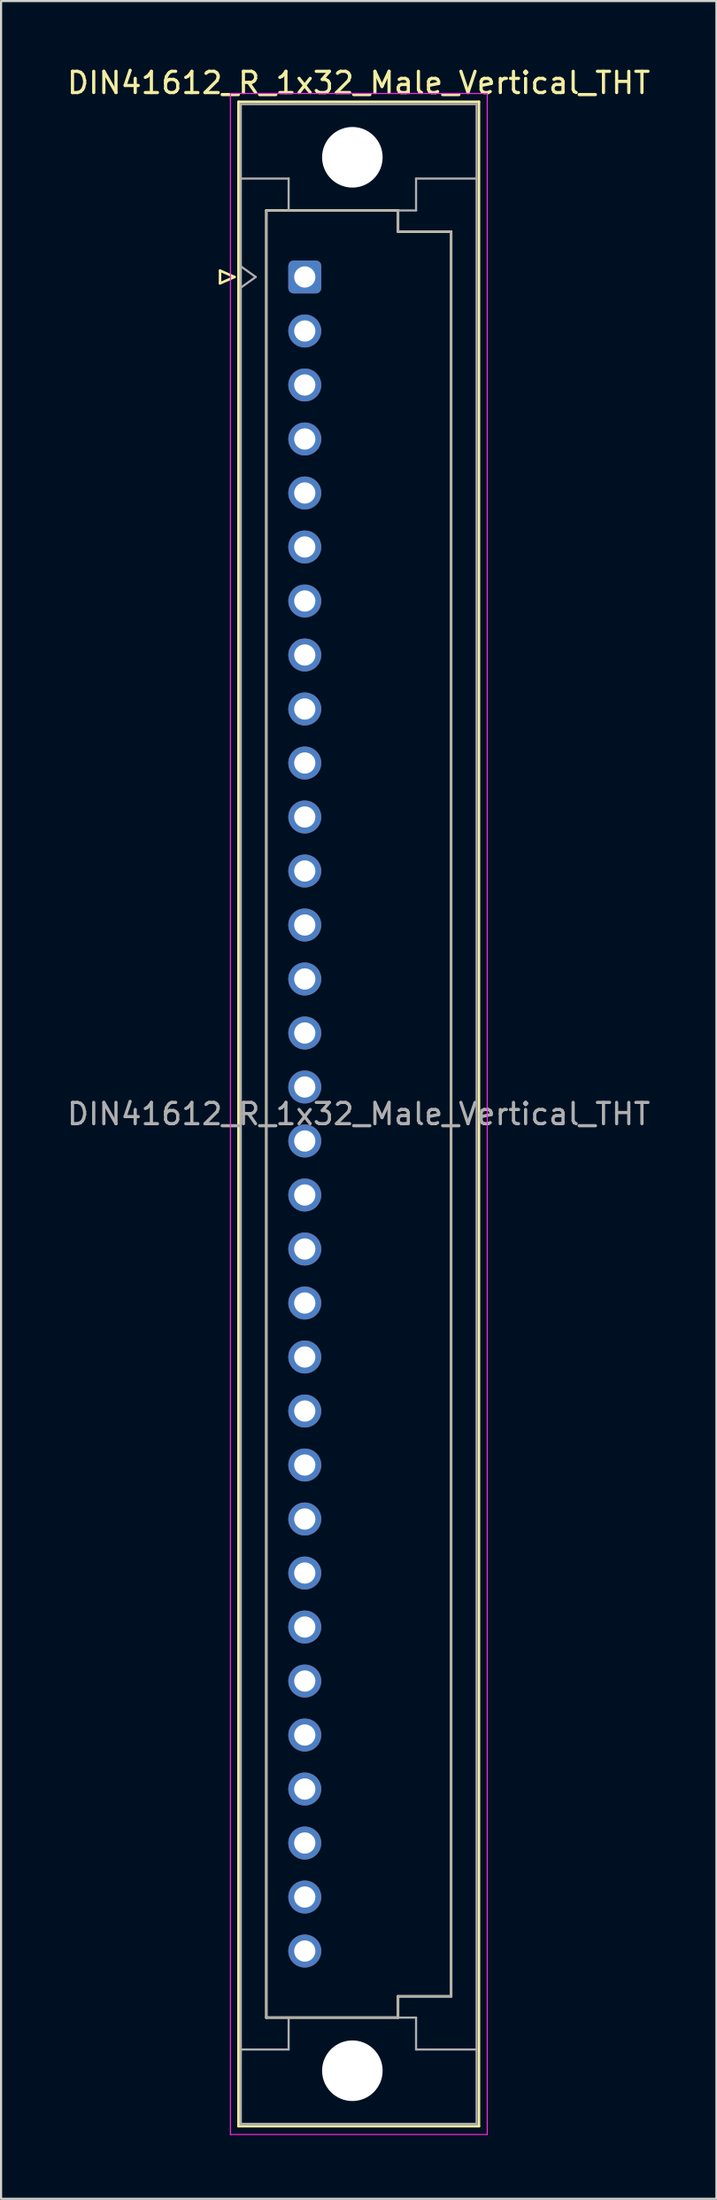
<source format=kicad_pcb>
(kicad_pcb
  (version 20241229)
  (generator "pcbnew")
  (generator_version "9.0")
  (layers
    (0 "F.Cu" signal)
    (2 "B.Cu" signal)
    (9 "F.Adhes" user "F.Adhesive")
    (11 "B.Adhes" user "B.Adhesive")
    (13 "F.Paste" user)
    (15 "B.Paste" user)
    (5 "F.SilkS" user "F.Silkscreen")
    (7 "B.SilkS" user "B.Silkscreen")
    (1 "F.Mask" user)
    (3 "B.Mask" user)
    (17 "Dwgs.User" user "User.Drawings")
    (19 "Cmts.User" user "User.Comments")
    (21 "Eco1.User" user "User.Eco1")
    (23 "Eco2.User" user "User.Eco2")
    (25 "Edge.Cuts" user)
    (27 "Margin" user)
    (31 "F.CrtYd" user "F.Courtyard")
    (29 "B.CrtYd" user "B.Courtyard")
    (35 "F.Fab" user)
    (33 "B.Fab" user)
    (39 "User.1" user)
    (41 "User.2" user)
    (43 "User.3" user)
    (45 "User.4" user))
  (footprint "DIN41612_R_1x32_Male_Vertical_THT"
    (layer "F.Cu")
    (at 11.299 9.978)
    (property "Reference" "DIN41612_R_1x32_Male_Vertical_THT" (at 2.54 -9.13 0) (layer "F.SilkS") (effects (font (size 1 1) (thickness 0.15))))
    (attr through_hole)
    (fp_line (start -3.99 -0.3) (end -3.99 0.3) (stroke (width 0.12) (type solid)) (layer "F.SilkS"))
    (fp_line (start -3.99 0.3) (end -3.31 0) (stroke (width 0.12) (type solid)) (layer "F.SilkS"))
    (fp_line (start -3.31 0) (end -3.99 -0.3) (stroke (width 0.12) (type solid)) (layer "F.SilkS"))
    (fp_line (start -3.12 -8.24) (end 8.2 -8.24) (stroke (width 0.12) (type solid)) (layer "F.SilkS"))
    (fp_line (start -3.12 86.98) (end -3.12 -8.24) (stroke (width 0.12) (type solid)) (layer "F.SilkS"))
    (fp_line (start -1.81 -3.131) (end 4.39 -3.131) (stroke (width 0.12) (type solid)) (layer "F.SilkS"))
    (fp_line (start -1.81 81.87) (end -1.81 -3.131) (stroke (width 0.12) (type solid)) (layer "F.SilkS"))
    (fp_line (start 4.39 -3.131) (end 4.39 -2.131) (stroke (width 0.12) (type solid)) (layer "F.SilkS"))
    (fp_line (start 4.39 -2.131) (end 6.89 -2.131) (stroke (width 0.12) (type solid)) (layer "F.SilkS"))
    (fp_line (start 4.39 80.87) (end 4.39 81.87) (stroke (width 0.12) (type solid)) (layer "F.SilkS"))
    (fp_line (start 4.39 81.87) (end -1.81 81.87) (stroke (width 0.12) (type solid)) (layer "F.SilkS"))
    (fp_line (start 6.89 -2.131) (end 6.89 80.87) (stroke (width 0.12) (type solid)) (layer "F.SilkS"))
    (fp_line (start 6.89 80.87) (end 4.39 80.87) (stroke (width 0.12) (type solid)) (layer "F.SilkS"))
    (fp_line (start 8.2 -8.24) (end 8.2 86.98) (stroke (width 0.12) (type solid)) (layer "F.SilkS"))
    (fp_line (start 8.2 86.98) (end -3.12 86.98) (stroke (width 0.12) (type solid)) (layer "F.SilkS"))
    (fp_line (start -3.5 -8.63) (end 8.59 -8.63) (stroke (width 0.05) (type solid)) (layer "F.CrtYd"))
    (fp_line (start -3.5 87.37) (end -3.5 -8.63) (stroke (width 0.05) (type solid)) (layer "F.CrtYd"))
    (fp_line (start 8.59 -8.63) (end 8.59 87.37) (stroke (width 0.05) (type solid)) (layer "F.CrtYd"))
    (fp_line (start 8.59 87.37) (end -3.5 87.37) (stroke (width 0.05) (type solid)) (layer "F.CrtYd"))
    (fp_line (start -3.01 -8.13) (end 8.09 -8.13) (stroke (width 0.1) (type solid)) (layer "F.Fab"))
    (fp_line (start -3.01 -4.63) (end -0.76 -4.63) (stroke (width 0.1) (type solid)) (layer "F.Fab"))
    (fp_line (start -3.01 -0.5) (end -2.31 0) (stroke (width 0.1) (type solid)) (layer "F.Fab"))
    (fp_line (start -3.01 83.37) (end -0.76 83.37) (stroke (width 0.1) (type solid)) (layer "F.Fab"))
    (fp_line (start -3.01 86.87) (end -3.01 -8.13) (stroke (width 0.1) (type solid)) (layer "F.Fab"))
    (fp_line (start -2.31 0) (end -3.01 0.5) (stroke (width 0.1) (type solid)) (layer "F.Fab"))
    (fp_line (start -1.81 -3.13) (end 4.39 -3.13) (stroke (width 0.1) (type solid)) (layer "F.Fab"))
    (fp_line (start -1.81 81.87) (end -1.81 -3.13) (stroke (width 0.1) (type solid)) (layer "F.Fab"))
    (fp_line (start -0.76 -4.63) (end -0.76 -3.13) (stroke (width 0.1) (type solid)) (layer "F.Fab"))
    (fp_line (start -0.76 83.37) (end -0.76 81.87) (stroke (width 0.1) (type solid)) (layer "F.Fab"))
    (fp_line (start 4.39 -3.13) (end 4.39 -2.13) (stroke (width 0.1) (type solid)) (layer "F.Fab"))
    (fp_line (start 4.39 -3.13) (end 5.24 -3.13) (stroke (width 0.1) (type solid)) (layer "F.Fab"))
    (fp_line (start 4.39 -2.13) (end 6.89 -2.13) (stroke (width 0.1) (type solid)) (layer "F.Fab"))
    (fp_line (start 4.39 80.87) (end 4.39 81.87) (stroke (width 0.1) (type solid)) (layer "F.Fab"))
    (fp_line (start 4.39 81.87) (end -1.81 81.87) (stroke (width 0.1) (type solid)) (layer "F.Fab"))
    (fp_line (start 4.39 81.87) (end 5.24 81.87) (stroke (width 0.1) (type solid)) (layer "F.Fab"))
    (fp_line (start 5.24 -4.63) (end 8.09 -4.63) (stroke (width 0.1) (type solid)) (layer "F.Fab"))
    (fp_line (start 5.24 -3.13) (end 5.24 -4.63) (stroke (width 0.1) (type solid)) (layer "F.Fab"))
    (fp_line (start 5.24 81.87) (end 5.24 83.37) (stroke (width 0.1) (type solid)) (layer "F.Fab"))
    (fp_line (start 5.24 83.37) (end 8.09 83.37) (stroke (width 0.1) (type solid)) (layer "F.Fab"))
    (fp_line (start 6.89 -2.13) (end 6.89 80.87) (stroke (width 0.1) (type solid)) (layer "F.Fab"))
    (fp_line (start 6.89 80.87) (end 4.39 80.87) (stroke (width 0.1) (type solid)) (layer "F.Fab"))
    (fp_line (start 8.09 -8.13) (end 8.09 86.87) (stroke (width 0.1) (type solid)) (layer "F.Fab"))
    (fp_line (start 8.09 86.87) (end -3.01 86.87) (stroke (width 0.1) (type solid)) (layer "F.Fab"))
    (fp_text user "${REFERENCE}" (at 2.54 39.37 0) (layer "F.Fab") (effects (font (size 1 1) (thickness 0.15))))
    (pad "" np_thru_hole circle (at 2.24 -5.63) (size 2.85 2.85) (drill 2.85) (layers "*.Cu" "*.Mask"))
    (pad "" np_thru_hole circle (at 2.24 84.37) (size 2.85 2.85) (drill 2.85) (layers "*.Cu" "*.Mask"))
    (pad "a1" thru_hole roundrect (at 0 0) (size 1.55 1.55) (drill 1) (layers "*.Cu" "*.Mask") (roundrect_rratio 0.161))
    (pad "a2" thru_hole circle (at 0 2.54) (size 1.55 1.55) (drill 1) (layers "*.Cu" "*.Mask"))
    (pad "a3" thru_hole circle (at 0 5.08) (size 1.55 1.55) (drill 1) (layers "*.Cu" "*.Mask"))
    (pad "a4" thru_hole circle (at 0 7.62) (size 1.55 1.55) (drill 1) (layers "*.Cu" "*.Mask"))
    (pad "a5" thru_hole circle (at 0 10.16) (size 1.55 1.55) (drill 1) (layers "*.Cu" "*.Mask"))
    (pad "a6" thru_hole circle (at 0 12.7) (size 1.55 1.55) (drill 1) (layers "*.Cu" "*.Mask"))
    (pad "a7" thru_hole circle (at 0 15.24) (size 1.55 1.55) (drill 1) (layers "*.Cu" "*.Mask"))
    (pad "a8" thru_hole circle (at 0 17.78) (size 1.55 1.55) (drill 1) (layers "*.Cu" "*.Mask"))
    (pad "a9" thru_hole circle (at 0 20.32) (size 1.55 1.55) (drill 1) (layers "*.Cu" "*.Mask"))
    (pad "a10" thru_hole circle (at 0 22.86) (size 1.55 1.55) (drill 1) (layers "*.Cu" "*.Mask"))
    (pad "a11" thru_hole circle (at 0 25.4) (size 1.55 1.55) (drill 1) (layers "*.Cu" "*.Mask"))
    (pad "a12" thru_hole circle (at 0 27.94) (size 1.55 1.55) (drill 1) (layers "*.Cu" "*.Mask"))
    (pad "a13" thru_hole circle (at 0 30.48) (size 1.55 1.55) (drill 1) (layers "*.Cu" "*.Mask"))
    (pad "a14" thru_hole circle (at 0 33.02) (size 1.55 1.55) (drill 1) (layers "*.Cu" "*.Mask"))
    (pad "a15" thru_hole circle (at 0 35.56) (size 1.55 1.55) (drill 1) (layers "*.Cu" "*.Mask"))
    (pad "a16" thru_hole circle (at 0 38.1) (size 1.55 1.55) (drill 1) (layers "*.Cu" "*.Mask"))
    (pad "a17" thru_hole circle (at 0 40.64) (size 1.55 1.55) (drill 1) (layers "*.Cu" "*.Mask"))
    (pad "a18" thru_hole circle (at 0 43.18) (size 1.55 1.55) (drill 1) (layers "*.Cu" "*.Mask"))
    (pad "a19" thru_hole circle (at 0 45.72) (size 1.55 1.55) (drill 1) (layers "*.Cu" "*.Mask"))
    (pad "a20" thru_hole circle (at 0 48.26) (size 1.55 1.55) (drill 1) (layers "*.Cu" "*.Mask"))
    (pad "a21" thru_hole circle (at 0 50.8) (size 1.55 1.55) (drill 1) (layers "*.Cu" "*.Mask"))
    (pad "a22" thru_hole circle (at 0 53.34) (size 1.55 1.55) (drill 1) (layers "*.Cu" "*.Mask"))
    (pad "a23" thru_hole circle (at 0 55.88) (size 1.55 1.55) (drill 1) (layers "*.Cu" "*.Mask"))
    (pad "a24" thru_hole circle (at 0 58.42) (size 1.55 1.55) (drill 1) (layers "*.Cu" "*.Mask"))
    (pad "a25" thru_hole circle (at 0 60.96) (size 1.55 1.55) (drill 1) (layers "*.Cu" "*.Mask"))
    (pad "a26" thru_hole circle (at 0 63.5) (size 1.55 1.55) (drill 1) (layers "*.Cu" "*.Mask"))
    (pad "a27" thru_hole circle (at 0 66.04) (size 1.55 1.55) (drill 1) (layers "*.Cu" "*.Mask"))
    (pad "a28" thru_hole circle (at 0 68.58) (size 1.55 1.55) (drill 1) (layers "*.Cu" "*.Mask"))
    (pad "a29" thru_hole circle (at 0 71.12) (size 1.55 1.55) (drill 1) (layers "*.Cu" "*.Mask"))
    (pad "a30" thru_hole circle (at 0 73.66) (size 1.55 1.55) (drill 1) (layers "*.Cu" "*.Mask"))
    (pad "a31" thru_hole circle (at 0 76.2) (size 1.55 1.55) (drill 1) (layers "*.Cu" "*.Mask"))
    (pad "a32" thru_hole circle (at 0 78.74) (size 1.55 1.55) (drill 1) (layers "*.Cu" "*.Mask")))
  (gr_rect
    (start -3 -3)
    (end 30.679 100.373)
    (stroke (width 0.1) (type default))
    (fill no)
    (layer "Edge.Cuts")))
</source>
